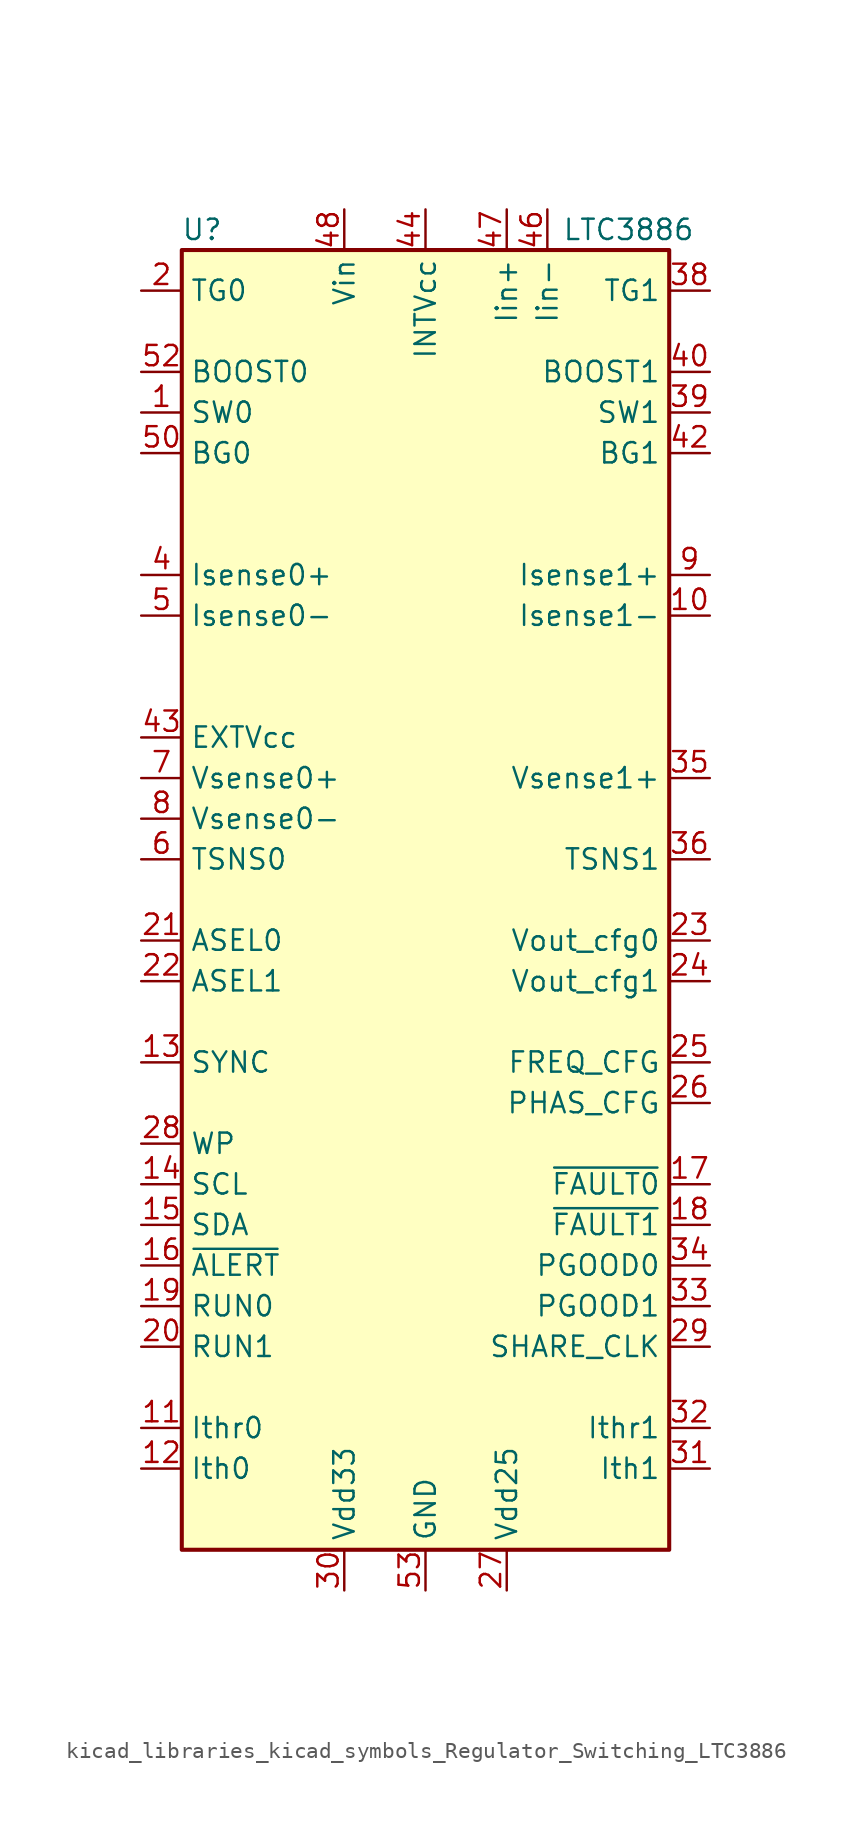
<source format=kicad_sym>
(kicad_symbol_lib
  (version 20220914)
  (generator kicad_symbol_editor)
  (symbol "kicad_libraries_kicad_symbols_Regulator_Switching_LTC3886"
    (property "Reference" "U"
      (at -13.97 3.81 0)
      (effects (font (size 1.27 1.27))))
    (property "Value" "LTC3886"
      (at 12.7 3.81 0)
      (effects (font (size 1.27 1.27))))
    (symbol "kicad_libraries_kicad_symbols_Regulator_Switching_LTC3886_0_1"
      (rectangle (start -15.24 2.54) (end 15.24 -78.74) (stroke (width 0.254) (type default)) (fill (type background))))
    (symbol "kicad_libraries_kicad_symbols_Regulator_Switching_LTC3886_1_1"
      (pin output line (at -17.78 -7.62 0) (length 2.54) (name "SW0" (effects (font (size 1.27 1.27)))) (number "1" (effects (font (size 1.27 1.27)))))
      (pin input line (at 17.78 -20.32 180) (length 2.54) (name "Isense1-" (effects (font (size 1.27 1.27)))) (number "10" (effects (font (size 1.27 1.27)))))
      (pin input line (at -17.78 -71.12 0) (length 2.54) (name "Ithr0" (effects (font (size 1.27 1.27)))) (number "11" (effects (font (size 1.27 1.27)))))
      (pin input line (at -17.78 -73.66 0) (length 2.54) (name "Ith0" (effects (font (size 1.27 1.27)))) (number "12" (effects (font (size 1.27 1.27)))))
      (pin input line (at -17.78 -48.26 0) (length 2.54) (name "SYNC" (effects (font (size 1.27 1.27)))) (number "13" (effects (font (size 1.27 1.27)))))
      (pin input line (at -17.78 -55.88 0) (length 2.54) (name "SCL" (effects (font (size 1.27 1.27)))) (number "14" (effects (font (size 1.27 1.27)))))
      (pin bidirectional line (at -17.78 -58.42 0) (length 2.54) (name "SDA" (effects (font (size 1.27 1.27)))) (number "15" (effects (font (size 1.27 1.27)))))
      (pin output line (at -17.78 -60.96 0) (length 2.54) (name "~{ALERT}" (effects (font (size 1.27 1.27)))) (number "16" (effects (font (size 1.27 1.27)))))
      (pin output line (at 17.78 -55.88 180) (length 2.54) (name "~{FAULT0}" (effects (font (size 1.27 1.27)))) (number "17" (effects (font (size 1.27 1.27)))))
      (pin output line (at 17.78 -58.42 180) (length 2.54) (name "~{FAULT1}" (effects (font (size 1.27 1.27)))) (number "18" (effects (font (size 1.27 1.27)))))
      (pin input line (at -17.78 -63.5 0) (length 2.54) (name "RUN0" (effects (font (size 1.27 1.27)))) (number "19" (effects (font (size 1.27 1.27)))))
      (pin output line (at -17.78 0 0) (length 2.54) (name "TG0" (effects (font (size 1.27 1.27)))) (number "2" (effects (font (size 1.27 1.27)))))
      (pin input line (at -17.78 -66.04 0) (length 2.54) (name "RUN1" (effects (font (size 1.27 1.27)))) (number "20" (effects (font (size 1.27 1.27)))))
      (pin input line (at -17.78 -40.64 0) (length 2.54) (name "ASEL0" (effects (font (size 1.27 1.27)))) (number "21" (effects (font (size 1.27 1.27)))))
      (pin input line (at -17.78 -43.18 0) (length 2.54) (name "ASEL1" (effects (font (size 1.27 1.27)))) (number "22" (effects (font (size 1.27 1.27)))))
      (pin input line (at 17.78 -40.64 180) (length 2.54) (name "Vout_cfg0" (effects (font (size 1.27 1.27)))) (number "23" (effects (font (size 1.27 1.27)))))
      (pin input line (at 17.78 -43.18 180) (length 2.54) (name "Vout_cfg1" (effects (font (size 1.27 1.27)))) (number "24" (effects (font (size 1.27 1.27)))))
      (pin input line (at 17.78 -48.26 180) (length 2.54) (name "FREQ_CFG" (effects (font (size 1.27 1.27)))) (number "25" (effects (font (size 1.27 1.27)))))
      (pin input line (at 17.78 -50.8 180) (length 2.54) (name "PHAS_CFG" (effects (font (size 1.27 1.27)))) (number "26" (effects (font (size 1.27 1.27)))))
      (pin power_out line (at 5.08 -81.28 90) (length 2.54) (name "Vdd25" (effects (font (size 1.27 1.27)))) (number "27" (effects (font (size 1.27 1.27)))))
      (pin input line (at -17.78 -53.34 0) (length 2.54) (name "WP" (effects (font (size 1.27 1.27)))) (number "28" (effects (font (size 1.27 1.27)))))
      (pin input line (at 17.78 -66.04 180) (length 2.54) (name "SHARE_CLK" (effects (font (size 1.27 1.27)))) (number "29" (effects (font (size 1.27 1.27)))))
      (pin power_out line (at -5.08 -81.28 90) (length 2.54) (name "Vdd33" (effects (font (size 1.27 1.27)))) (number "30" (effects (font (size 1.27 1.27)))))
      (pin input line (at 17.78 -73.66 180) (length 2.54) (name "Ith1" (effects (font (size 1.27 1.27)))) (number "31" (effects (font (size 1.27 1.27)))))
      (pin input line (at 17.78 -71.12 180) (length 2.54) (name "Ithr1" (effects (font (size 1.27 1.27)))) (number "32" (effects (font (size 1.27 1.27)))))
      (pin output line (at 17.78 -63.5 180) (length 2.54) (name "PGOOD1" (effects (font (size 1.27 1.27)))) (number "33" (effects (font (size 1.27 1.27)))))
      (pin output line (at 17.78 -60.96 180) (length 2.54) (name "PGOOD0" (effects (font (size 1.27 1.27)))) (number "34" (effects (font (size 1.27 1.27)))))
      (pin input line (at 17.78 -30.48 180) (length 2.54) (name "Vsense1+" (effects (font (size 1.27 1.27)))) (number "35" (effects (font (size 1.27 1.27)))))
      (pin input line (at 17.78 -35.56 180) (length 2.54) (name "TSNS1" (effects (font (size 1.27 1.27)))) (number "36" (effects (font (size 1.27 1.27)))))
      (pin output line (at 17.78 0 180) (length 2.54) (name "TG1" (effects (font (size 1.27 1.27)))) (number "38" (effects (font (size 1.27 1.27)))))
      (pin output line (at 17.78 -7.62 180) (length 2.54) (name "SW1" (effects (font (size 1.27 1.27)))) (number "39" (effects (font (size 1.27 1.27)))))
      (pin input line (at -17.78 -17.78 0) (length 2.54) (name "Isense0+" (effects (font (size 1.27 1.27)))) (number "4" (effects (font (size 1.27 1.27)))))
      (pin output line (at 17.78 -5.08 180) (length 2.54) (name "BOOST1" (effects (font (size 1.27 1.27)))) (number "40" (effects (font (size 1.27 1.27)))))
      (pin output line (at 17.78 -10.16 180) (length 2.54) (name "BG1" (effects (font (size 1.27 1.27)))) (number "42" (effects (font (size 1.27 1.27)))))
      (pin power_in line (at -17.78 -27.94 0) (length 2.54) (name "EXTVcc" (effects (font (size 1.27 1.27)))) (number "43" (effects (font (size 1.27 1.27)))))
      (pin power_out line (at 0 5.08 270) (length 2.54) (name "INTVcc" (effects (font (size 1.27 1.27)))) (number "44" (effects (font (size 1.27 1.27)))))
      (pin input line (at 7.62 5.08 270) (length 2.54) (name "Iin-" (effects (font (size 1.27 1.27)))) (number "46" (effects (font (size 1.27 1.27)))))
      (pin input line (at 5.08 5.08 270) (length 2.54) (name "Iin+" (effects (font (size 1.27 1.27)))) (number "47" (effects (font (size 1.27 1.27)))))
      (pin power_in line (at -5.08 5.08 270) (length 2.54) (name "Vin" (effects (font (size 1.27 1.27)))) (number "48" (effects (font (size 1.27 1.27)))))
      (pin input line (at -17.78 -20.32 0) (length 2.54) (name "Isense0-" (effects (font (size 1.27 1.27)))) (number "5" (effects (font (size 1.27 1.27)))))
      (pin output line (at -17.78 -10.16 0) (length 2.54) (name "BG0" (effects (font (size 1.27 1.27)))) (number "50" (effects (font (size 1.27 1.27)))))
      (pin output line (at -17.78 -5.08 0) (length 2.54) (name "BOOST0" (effects (font (size 1.27 1.27)))) (number "52" (effects (font (size 1.27 1.27)))))
      (pin power_in line (at 0 -81.28 90) (length 2.54) (name "GND" (effects (font (size 1.27 1.27)))) (number "53" (effects (font (size 1.27 1.27)))))
      (pin input line (at -17.78 -35.56 0) (length 2.54) (name "TSNS0" (effects (font (size 1.27 1.27)))) (number "6" (effects (font (size 1.27 1.27)))))
      (pin input line (at -17.78 -30.48 0) (length 2.54) (name "Vsense0+" (effects (font (size 1.27 1.27)))) (number "7" (effects (font (size 1.27 1.27)))))
      (pin input line (at -17.78 -33.02 0) (length 2.54) (name "Vsense0-" (effects (font (size 1.27 1.27)))) (number "8" (effects (font (size 1.27 1.27)))))
      (pin input line (at 17.78 -17.78 180) (length 2.54) (name "Isense1+" (effects (font (size 1.27 1.27)))) (number "9" (effects (font (size 1.27 1.27))))))))
</source>
